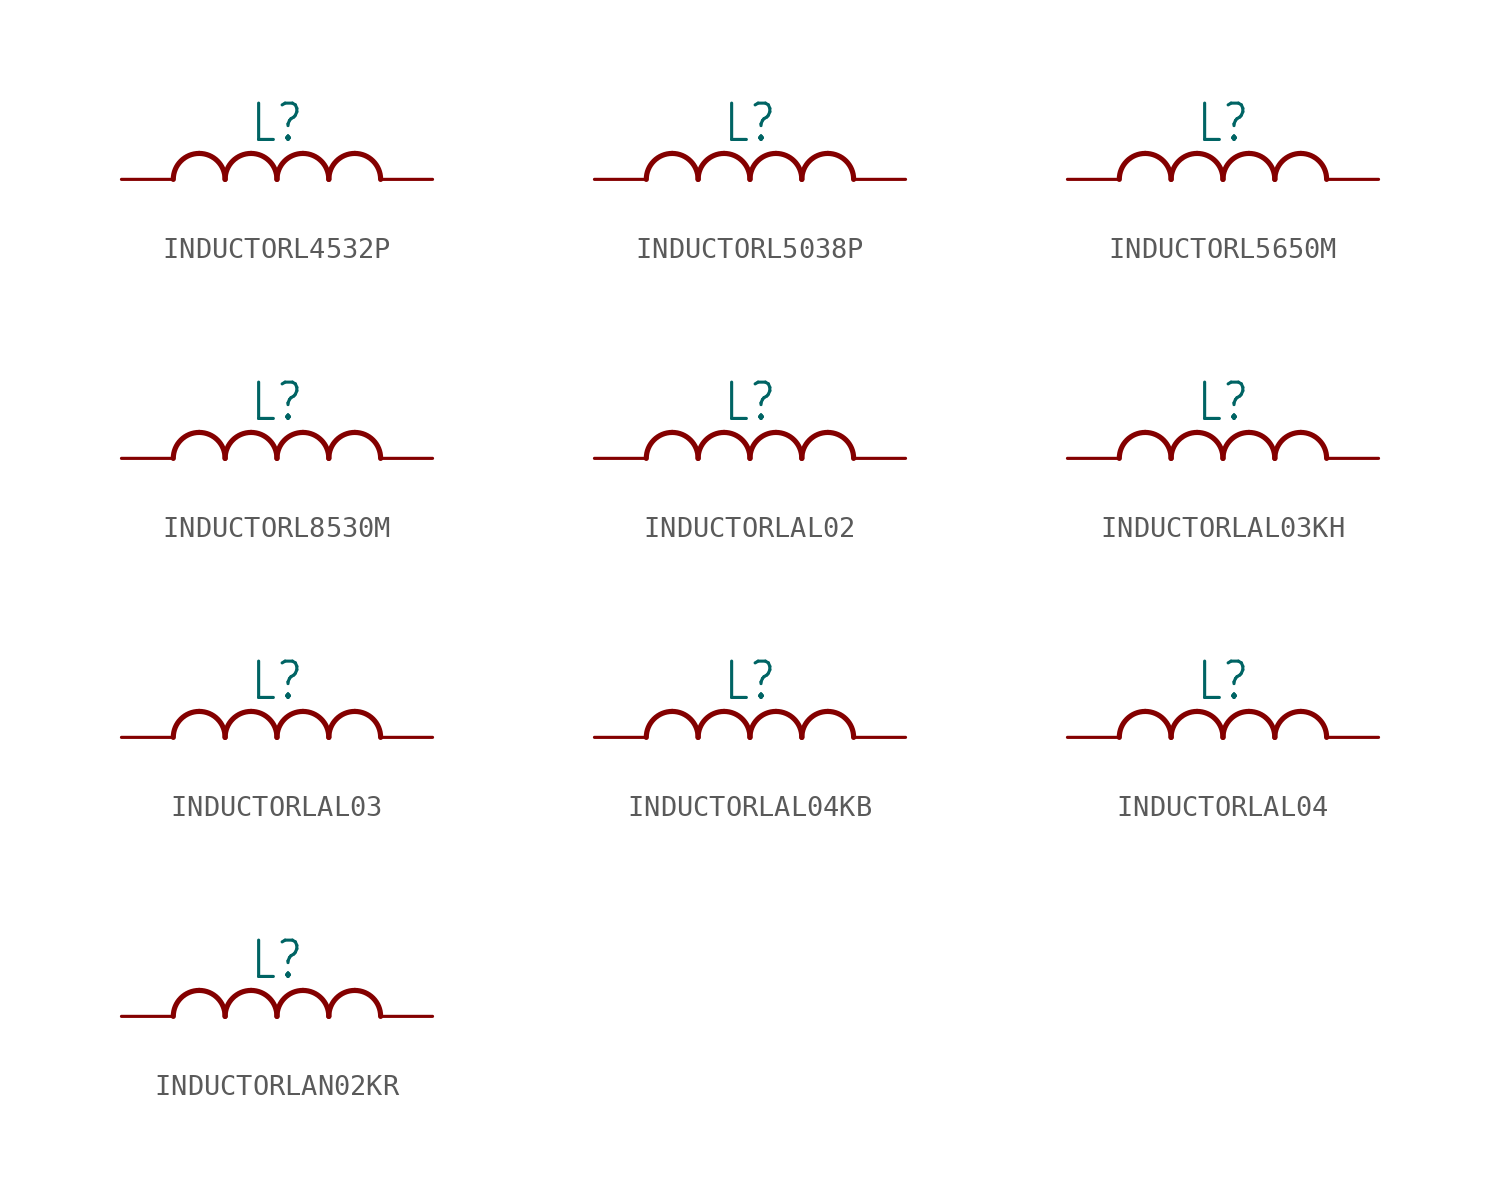
<source format=kicad_sym>
(kicad_symbol_lib
  (version 20220914)
  (generator kicad_symbol_editor)
  (symbol "INDUCTORL4532P"
    (property "Reference" "L"
      (at 0 3.81 0)
      (effects (font (size 1.778 1.511)) (justify top)))
    (property "Value" ""
      (at 0 -1.27 0)
      (effects (font (size 1.778 1.511)) (justify top)))
    (property "ki_locked" ""
      (at 0 0 0)
      (effects (font (size 1.27 1.27))))
    (symbol "INDUCTORL4532P_1_0"
      (arc (start -3.81 1.27) (mid -4.708 0.898) (end -5.08 0) (stroke (width 0.254) (type solid)) (fill (type none)))
      (arc (start -2.54 0) (mid -2.912 0.898) (end -3.81 1.27) (stroke (width 0.254) (type solid)) (fill (type none)))
      (arc (start -1.27 1.27) (mid -2.168 0.898) (end -2.54 0) (stroke (width 0.254) (type solid)) (fill (type none)))
      (arc (start 0 0) (mid -0.372 0.898) (end -1.27 1.27) (stroke (width 0.254) (type solid)) (fill (type none)))
      (arc (start 1.27 1.27) (mid 0.372 0.898) (end 0 0) (stroke (width 0.254) (type solid)) (fill (type none)))
      (arc (start 2.54 0) (mid 2.168 0.898) (end 1.27 1.27) (stroke (width 0.254) (type solid)) (fill (type none)))
      (arc (start 3.81 1.27) (mid 2.912 0.898) (end 2.54 0) (stroke (width 0.254) (type solid)) (fill (type none)))
      (arc (start 5.08 0) (mid 4.708 0.898) (end 3.81 1.27) (stroke (width 0.254) (type solid)) (fill (type none)))
      (pin passive line (at -7.62 0 0) (length 2.54) (name "1" (effects (font (size 0 0)))) (number "1" (effects (font (size 0 0)))))
      (pin passive line (at 7.62 0 180) (length 2.54) (name "2" (effects (font (size 0 0)))) (number "2" (effects (font (size 0 0)))))))
  (symbol "INDUCTORL5038P"
    (property "Reference" "L"
      (at 0 3.81 0)
      (effects (font (size 1.778 1.511)) (justify top)))
    (property "Value" ""
      (at 0 -1.27 0)
      (effects (font (size 1.778 1.511)) (justify top)))
    (property "ki_locked" ""
      (at 0 0 0)
      (effects (font (size 1.27 1.27))))
    (symbol "INDUCTORL5038P_1_0"
      (arc (start -3.81 1.27) (mid -4.708 0.898) (end -5.08 0) (stroke (width 0.254) (type solid)) (fill (type none)))
      (arc (start -2.54 0) (mid -2.912 0.898) (end -3.81 1.27) (stroke (width 0.254) (type solid)) (fill (type none)))
      (arc (start -1.27 1.27) (mid -2.168 0.898) (end -2.54 0) (stroke (width 0.254) (type solid)) (fill (type none)))
      (arc (start 0 0) (mid -0.372 0.898) (end -1.27 1.27) (stroke (width 0.254) (type solid)) (fill (type none)))
      (arc (start 1.27 1.27) (mid 0.372 0.898) (end 0 0) (stroke (width 0.254) (type solid)) (fill (type none)))
      (arc (start 2.54 0) (mid 2.168 0.898) (end 1.27 1.27) (stroke (width 0.254) (type solid)) (fill (type none)))
      (arc (start 3.81 1.27) (mid 2.912 0.898) (end 2.54 0) (stroke (width 0.254) (type solid)) (fill (type none)))
      (arc (start 5.08 0) (mid 4.708 0.898) (end 3.81 1.27) (stroke (width 0.254) (type solid)) (fill (type none)))
      (pin passive line (at -7.62 0 0) (length 2.54) (name "1" (effects (font (size 0 0)))) (number "1" (effects (font (size 0 0)))))
      (pin passive line (at 7.62 0 180) (length 2.54) (name "2" (effects (font (size 0 0)))) (number "2" (effects (font (size 0 0)))))))
  (symbol "INDUCTORL5650M"
    (property "Reference" "L"
      (at 0 3.81 0)
      (effects (font (size 1.778 1.511)) (justify top)))
    (property "Value" ""
      (at 0 -1.27 0)
      (effects (font (size 1.778 1.511)) (justify top)))
    (property "ki_locked" ""
      (at 0 0 0)
      (effects (font (size 1.27 1.27))))
    (symbol "INDUCTORL5650M_1_0"
      (arc (start -3.81 1.27) (mid -4.708 0.898) (end -5.08 0) (stroke (width 0.254) (type solid)) (fill (type none)))
      (arc (start -2.54 0) (mid -2.912 0.898) (end -3.81 1.27) (stroke (width 0.254) (type solid)) (fill (type none)))
      (arc (start -1.27 1.27) (mid -2.168 0.898) (end -2.54 0) (stroke (width 0.254) (type solid)) (fill (type none)))
      (arc (start 0 0) (mid -0.372 0.898) (end -1.27 1.27) (stroke (width 0.254) (type solid)) (fill (type none)))
      (arc (start 1.27 1.27) (mid 0.372 0.898) (end 0 0) (stroke (width 0.254) (type solid)) (fill (type none)))
      (arc (start 2.54 0) (mid 2.168 0.898) (end 1.27 1.27) (stroke (width 0.254) (type solid)) (fill (type none)))
      (arc (start 3.81 1.27) (mid 2.912 0.898) (end 2.54 0) (stroke (width 0.254) (type solid)) (fill (type none)))
      (arc (start 5.08 0) (mid 4.708 0.898) (end 3.81 1.27) (stroke (width 0.254) (type solid)) (fill (type none)))
      (pin passive line (at -7.62 0 0) (length 2.54) (name "1" (effects (font (size 0 0)))) (number "1" (effects (font (size 0 0)))))
      (pin passive line (at 7.62 0 180) (length 2.54) (name "2" (effects (font (size 0 0)))) (number "2" (effects (font (size 0 0)))))))
  (symbol "INDUCTORL8530M"
    (property "Reference" "L"
      (at 0 3.81 0)
      (effects (font (size 1.778 1.511)) (justify top)))
    (property "Value" ""
      (at 0 -1.27 0)
      (effects (font (size 1.778 1.511)) (justify top)))
    (property "ki_locked" ""
      (at 0 0 0)
      (effects (font (size 1.27 1.27))))
    (symbol "INDUCTORL8530M_1_0"
      (arc (start -3.81 1.27) (mid -4.708 0.898) (end -5.08 0) (stroke (width 0.254) (type solid)) (fill (type none)))
      (arc (start -2.54 0) (mid -2.912 0.898) (end -3.81 1.27) (stroke (width 0.254) (type solid)) (fill (type none)))
      (arc (start -1.27 1.27) (mid -2.168 0.898) (end -2.54 0) (stroke (width 0.254) (type solid)) (fill (type none)))
      (arc (start 0 0) (mid -0.372 0.898) (end -1.27 1.27) (stroke (width 0.254) (type solid)) (fill (type none)))
      (arc (start 1.27 1.27) (mid 0.372 0.898) (end 0 0) (stroke (width 0.254) (type solid)) (fill (type none)))
      (arc (start 2.54 0) (mid 2.168 0.898) (end 1.27 1.27) (stroke (width 0.254) (type solid)) (fill (type none)))
      (arc (start 3.81 1.27) (mid 2.912 0.898) (end 2.54 0) (stroke (width 0.254) (type solid)) (fill (type none)))
      (arc (start 5.08 0) (mid 4.708 0.898) (end 3.81 1.27) (stroke (width 0.254) (type solid)) (fill (type none)))
      (pin passive line (at -7.62 0 0) (length 2.54) (name "1" (effects (font (size 0 0)))) (number "1" (effects (font (size 0 0)))))
      (pin passive line (at 7.62 0 180) (length 2.54) (name "2" (effects (font (size 0 0)))) (number "2" (effects (font (size 0 0)))))))
  (symbol "INDUCTORLAL02"
    (property "Reference" "L"
      (at 0 3.81 0)
      (effects (font (size 1.778 1.511)) (justify top)))
    (property "Value" ""
      (at 0 -1.27 0)
      (effects (font (size 1.778 1.511)) (justify top)))
    (property "ki_locked" ""
      (at 0 0 0)
      (effects (font (size 1.27 1.27))))
    (symbol "INDUCTORLAL02_1_0"
      (arc (start -3.81 1.27) (mid -4.708 0.898) (end -5.08 0) (stroke (width 0.254) (type solid)) (fill (type none)))
      (arc (start -2.54 0) (mid -2.912 0.898) (end -3.81 1.27) (stroke (width 0.254) (type solid)) (fill (type none)))
      (arc (start -1.27 1.27) (mid -2.168 0.898) (end -2.54 0) (stroke (width 0.254) (type solid)) (fill (type none)))
      (arc (start 0 0) (mid -0.372 0.898) (end -1.27 1.27) (stroke (width 0.254) (type solid)) (fill (type none)))
      (arc (start 1.27 1.27) (mid 0.372 0.898) (end 0 0) (stroke (width 0.254) (type solid)) (fill (type none)))
      (arc (start 2.54 0) (mid 2.168 0.898) (end 1.27 1.27) (stroke (width 0.254) (type solid)) (fill (type none)))
      (arc (start 3.81 1.27) (mid 2.912 0.898) (end 2.54 0) (stroke (width 0.254) (type solid)) (fill (type none)))
      (arc (start 5.08 0) (mid 4.708 0.898) (end 3.81 1.27) (stroke (width 0.254) (type solid)) (fill (type none)))
      (pin passive line (at -7.62 0 0) (length 2.54) (name "1" (effects (font (size 0 0)))) (number "1" (effects (font (size 0 0)))))
      (pin passive line (at 7.62 0 180) (length 2.54) (name "2" (effects (font (size 0 0)))) (number "2" (effects (font (size 0 0)))))))
  (symbol "INDUCTORLAL03KH"
    (property "Reference" "L"
      (at 0 3.81 0)
      (effects (font (size 1.778 1.511)) (justify top)))
    (property "Value" ""
      (at 0 -1.27 0)
      (effects (font (size 1.778 1.511)) (justify top)))
    (property "ki_locked" ""
      (at 0 0 0)
      (effects (font (size 1.27 1.27))))
    (symbol "INDUCTORLAL03KH_1_0"
      (arc (start -3.81 1.27) (mid -4.708 0.898) (end -5.08 0) (stroke (width 0.254) (type solid)) (fill (type none)))
      (arc (start -2.54 0) (mid -2.912 0.898) (end -3.81 1.27) (stroke (width 0.254) (type solid)) (fill (type none)))
      (arc (start -1.27 1.27) (mid -2.168 0.898) (end -2.54 0) (stroke (width 0.254) (type solid)) (fill (type none)))
      (arc (start 0 0) (mid -0.372 0.898) (end -1.27 1.27) (stroke (width 0.254) (type solid)) (fill (type none)))
      (arc (start 1.27 1.27) (mid 0.372 0.898) (end 0 0) (stroke (width 0.254) (type solid)) (fill (type none)))
      (arc (start 2.54 0) (mid 2.168 0.898) (end 1.27 1.27) (stroke (width 0.254) (type solid)) (fill (type none)))
      (arc (start 3.81 1.27) (mid 2.912 0.898) (end 2.54 0) (stroke (width 0.254) (type solid)) (fill (type none)))
      (arc (start 5.08 0) (mid 4.708 0.898) (end 3.81 1.27) (stroke (width 0.254) (type solid)) (fill (type none)))
      (pin passive line (at -7.62 0 0) (length 2.54) (name "1" (effects (font (size 0 0)))) (number "1" (effects (font (size 0 0)))))
      (pin passive line (at 7.62 0 180) (length 2.54) (name "2" (effects (font (size 0 0)))) (number "2" (effects (font (size 0 0)))))))
  (symbol "INDUCTORLAL03"
    (property "Reference" "L"
      (at 0 3.81 0)
      (effects (font (size 1.778 1.511)) (justify top)))
    (property "Value" ""
      (at 0 -1.27 0)
      (effects (font (size 1.778 1.511)) (justify top)))
    (property "ki_locked" ""
      (at 0 0 0)
      (effects (font (size 1.27 1.27))))
    (symbol "INDUCTORLAL03_1_0"
      (arc (start -3.81 1.27) (mid -4.708 0.898) (end -5.08 0) (stroke (width 0.254) (type solid)) (fill (type none)))
      (arc (start -2.54 0) (mid -2.912 0.898) (end -3.81 1.27) (stroke (width 0.254) (type solid)) (fill (type none)))
      (arc (start -1.27 1.27) (mid -2.168 0.898) (end -2.54 0) (stroke (width 0.254) (type solid)) (fill (type none)))
      (arc (start 0 0) (mid -0.372 0.898) (end -1.27 1.27) (stroke (width 0.254) (type solid)) (fill (type none)))
      (arc (start 1.27 1.27) (mid 0.372 0.898) (end 0 0) (stroke (width 0.254) (type solid)) (fill (type none)))
      (arc (start 2.54 0) (mid 2.168 0.898) (end 1.27 1.27) (stroke (width 0.254) (type solid)) (fill (type none)))
      (arc (start 3.81 1.27) (mid 2.912 0.898) (end 2.54 0) (stroke (width 0.254) (type solid)) (fill (type none)))
      (arc (start 5.08 0) (mid 4.708 0.898) (end 3.81 1.27) (stroke (width 0.254) (type solid)) (fill (type none)))
      (pin passive line (at -7.62 0 0) (length 2.54) (name "1" (effects (font (size 0 0)))) (number "1" (effects (font (size 0 0)))))
      (pin passive line (at 7.62 0 180) (length 2.54) (name "2" (effects (font (size 0 0)))) (number "2" (effects (font (size 0 0)))))))
  (symbol "INDUCTORLAL04KB"
    (property "Reference" "L"
      (at 0 3.81 0)
      (effects (font (size 1.778 1.511)) (justify top)))
    (property "Value" ""
      (at 0 -1.27 0)
      (effects (font (size 1.778 1.511)) (justify top)))
    (property "ki_locked" ""
      (at 0 0 0)
      (effects (font (size 1.27 1.27))))
    (symbol "INDUCTORLAL04KB_1_0"
      (arc (start -3.81 1.27) (mid -4.708 0.898) (end -5.08 0) (stroke (width 0.254) (type solid)) (fill (type none)))
      (arc (start -2.54 0) (mid -2.912 0.898) (end -3.81 1.27) (stroke (width 0.254) (type solid)) (fill (type none)))
      (arc (start -1.27 1.27) (mid -2.168 0.898) (end -2.54 0) (stroke (width 0.254) (type solid)) (fill (type none)))
      (arc (start 0 0) (mid -0.372 0.898) (end -1.27 1.27) (stroke (width 0.254) (type solid)) (fill (type none)))
      (arc (start 1.27 1.27) (mid 0.372 0.898) (end 0 0) (stroke (width 0.254) (type solid)) (fill (type none)))
      (arc (start 2.54 0) (mid 2.168 0.898) (end 1.27 1.27) (stroke (width 0.254) (type solid)) (fill (type none)))
      (arc (start 3.81 1.27) (mid 2.912 0.898) (end 2.54 0) (stroke (width 0.254) (type solid)) (fill (type none)))
      (arc (start 5.08 0) (mid 4.708 0.898) (end 3.81 1.27) (stroke (width 0.254) (type solid)) (fill (type none)))
      (pin passive line (at -7.62 0 0) (length 2.54) (name "1" (effects (font (size 0 0)))) (number "1" (effects (font (size 0 0)))))
      (pin passive line (at 7.62 0 180) (length 2.54) (name "2" (effects (font (size 0 0)))) (number "2" (effects (font (size 0 0)))))))
  (symbol "INDUCTORLAL04"
    (property "Reference" "L"
      (at 0 3.81 0)
      (effects (font (size 1.778 1.511)) (justify top)))
    (property "Value" ""
      (at 0 -1.27 0)
      (effects (font (size 1.778 1.511)) (justify top)))
    (property "ki_locked" ""
      (at 0 0 0)
      (effects (font (size 1.27 1.27))))
    (symbol "INDUCTORLAL04_1_0"
      (arc (start -3.81 1.27) (mid -4.708 0.898) (end -5.08 0) (stroke (width 0.254) (type solid)) (fill (type none)))
      (arc (start -2.54 0) (mid -2.912 0.898) (end -3.81 1.27) (stroke (width 0.254) (type solid)) (fill (type none)))
      (arc (start -1.27 1.27) (mid -2.168 0.898) (end -2.54 0) (stroke (width 0.254) (type solid)) (fill (type none)))
      (arc (start 0 0) (mid -0.372 0.898) (end -1.27 1.27) (stroke (width 0.254) (type solid)) (fill (type none)))
      (arc (start 1.27 1.27) (mid 0.372 0.898) (end 0 0) (stroke (width 0.254) (type solid)) (fill (type none)))
      (arc (start 2.54 0) (mid 2.168 0.898) (end 1.27 1.27) (stroke (width 0.254) (type solid)) (fill (type none)))
      (arc (start 3.81 1.27) (mid 2.912 0.898) (end 2.54 0) (stroke (width 0.254) (type solid)) (fill (type none)))
      (arc (start 5.08 0) (mid 4.708 0.898) (end 3.81 1.27) (stroke (width 0.254) (type solid)) (fill (type none)))
      (pin passive line (at -7.62 0 0) (length 2.54) (name "1" (effects (font (size 0 0)))) (number "1" (effects (font (size 0 0)))))
      (pin passive line (at 7.62 0 180) (length 2.54) (name "2" (effects (font (size 0 0)))) (number "2" (effects (font (size 0 0)))))))
  (symbol "INDUCTORLAN02KR"
    (property "Reference" "L"
      (at 0 3.81 0)
      (effects (font (size 1.778 1.511)) (justify top)))
    (property "Value" ""
      (at 0 -1.27 0)
      (effects (font (size 1.778 1.511)) (justify top)))
    (property "ki_locked" ""
      (at 0 0 0)
      (effects (font (size 1.27 1.27))))
    (symbol "INDUCTORLAN02KR_1_0"
      (arc (start -3.81 1.27) (mid -4.708 0.898) (end -5.08 0) (stroke (width 0.254) (type solid)) (fill (type none)))
      (arc (start -2.54 0) (mid -2.912 0.898) (end -3.81 1.27) (stroke (width 0.254) (type solid)) (fill (type none)))
      (arc (start -1.27 1.27) (mid -2.168 0.898) (end -2.54 0) (stroke (width 0.254) (type solid)) (fill (type none)))
      (arc (start 0 0) (mid -0.372 0.898) (end -1.27 1.27) (stroke (width 0.254) (type solid)) (fill (type none)))
      (arc (start 1.27 1.27) (mid 0.372 0.898) (end 0 0) (stroke (width 0.254) (type solid)) (fill (type none)))
      (arc (start 2.54 0) (mid 2.168 0.898) (end 1.27 1.27) (stroke (width 0.254) (type solid)) (fill (type none)))
      (arc (start 3.81 1.27) (mid 2.912 0.898) (end 2.54 0) (stroke (width 0.254) (type solid)) (fill (type none)))
      (arc (start 5.08 0) (mid 4.708 0.898) (end 3.81 1.27) (stroke (width 0.254) (type solid)) (fill (type none)))
      (pin passive line (at -7.62 0 0) (length 2.54) (name "1" (effects (font (size 0 0)))) (number "1" (effects (font (size 0 0)))))
      (pin passive line (at 7.62 0 180) (length 2.54) (name "2" (effects (font (size 0 0)))) (number "2" (effects (font (size 0 0))))))))
</source>
